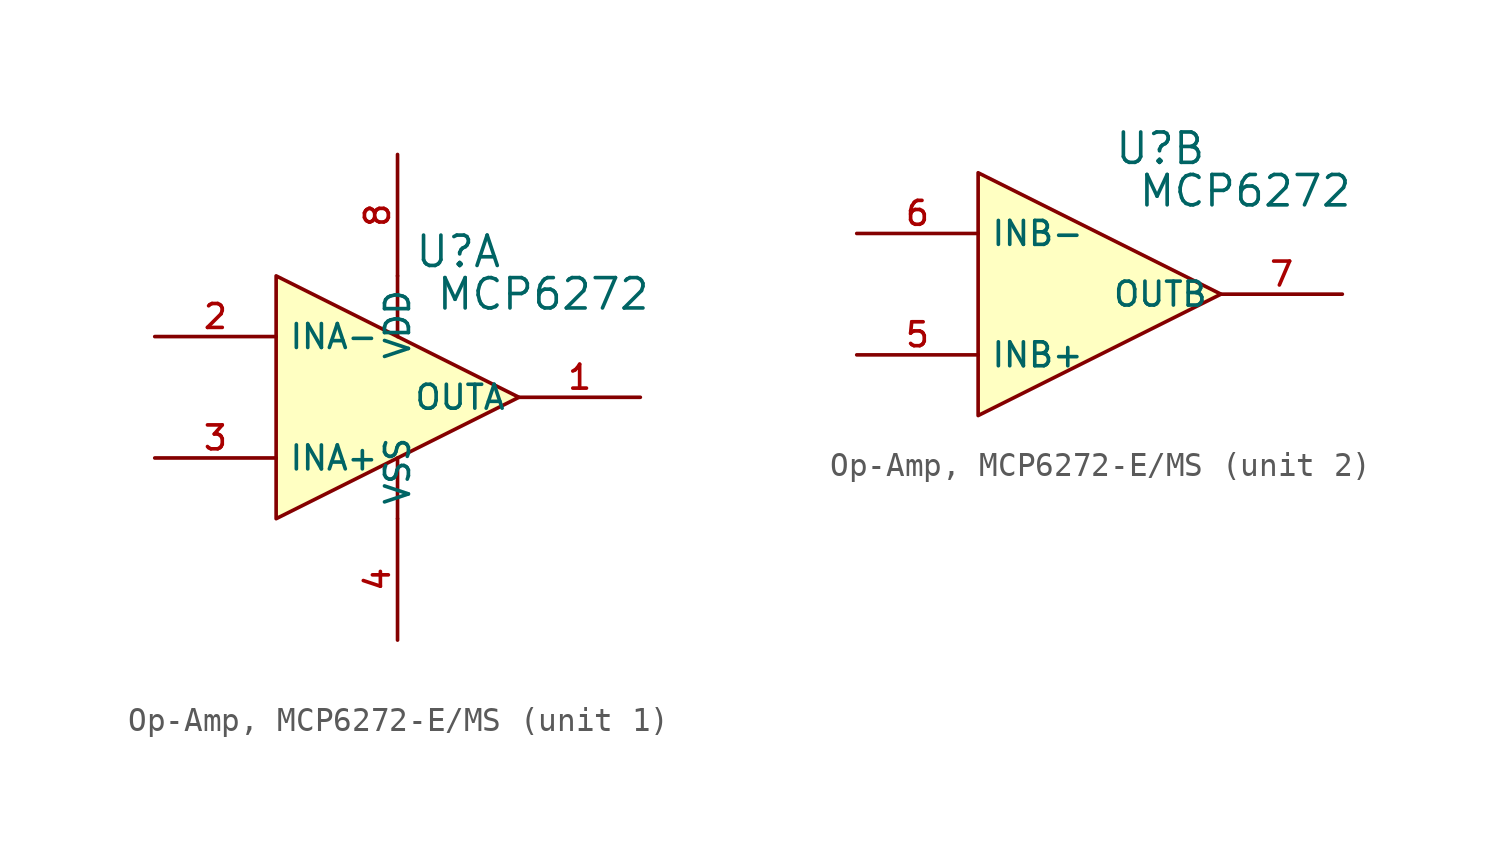
<source format=kicad_sym>
(kicad_symbol_lib
  (version 20231120)
  (generator "CDFER_Archive_Tool")
  (generator_version "0.0")
  (symbol "Op-Amp, MCP6272-E/MS"
    (property "Reference" "U"
      (at 2.54 6.096 0)
      (effects (font (size 1.27 1.27))))
    (property "Value" "MCP6272"
      (at 6.096 4.318 0)
      (effects (font (size 1.27 1.27))))
    (symbol "Op-Amp, MCP6272-E/MS_1_1"
      (polyline (pts (xy 0 -2.54) (xy 0 -5.08)) (stroke (width 0) (type default)) (fill (type none)))
      (polyline (pts (xy 0 5.08) (xy 0 2.54)) (stroke (width 0) (type default)) (fill (type none)))
      (polyline (pts (xy -5.08 -5.08) (xy 5.08 0) (xy -5.08 5.08) (xy -5.08 -5.08)) (stroke (width 0) (type default)) (fill (type background)))
      (pin output line (at 10.16 0 180) (length 5.08) (name "OUTA" (effects (font (size 1 1)))) (number "1" (effects (font (size 1 1)))))
      (pin unspecified line (at -10.16 2.54 0) (length 5.08) (name "INA-" (effects (font (size 1 1)))) (number "2" (effects (font (size 1 1)))))
      (pin unspecified line (at -10.16 -2.54 0) (length 5.08) (name "INA+" (effects (font (size 1 1)))) (number "3" (effects (font (size 1 1)))))
      (pin power_in line (at 0 -10.16 90) (length 5.08) (name "VSS" (effects (font (size 1 1)))) (number "4" (effects (font (size 1 1)))))
      (pin power_in line (at 0 10.16 270) (length 5.08) (name "VDD" (effects (font (size 1 1)))) (number "8" (effects (font (size 1 1))))))
    (symbol "Op-Amp, MCP6272-E/MS_2_1"
      (polyline (pts (xy -5.08 -5.08) (xy 5.08 0) (xy -5.08 5.08) (xy -5.08 -5.08)) (stroke (width 0) (type default)) (fill (type background)))
      (pin unspecified line (at -10.16 -2.54 0) (length 5.08) (name "INB+" (effects (font (size 1 1)))) (number "5" (effects (font (size 1 1)))))
      (pin unspecified line (at -10.16 2.54 0) (length 5.08) (name "INB-" (effects (font (size 1 1)))) (number "6" (effects (font (size 1 1)))))
      (pin output line (at 10.16 0 180) (length 5.08) (name "OUTB" (effects (font (size 1 1)))) (number "7" (effects (font (size 1 1))))))))
</source>
